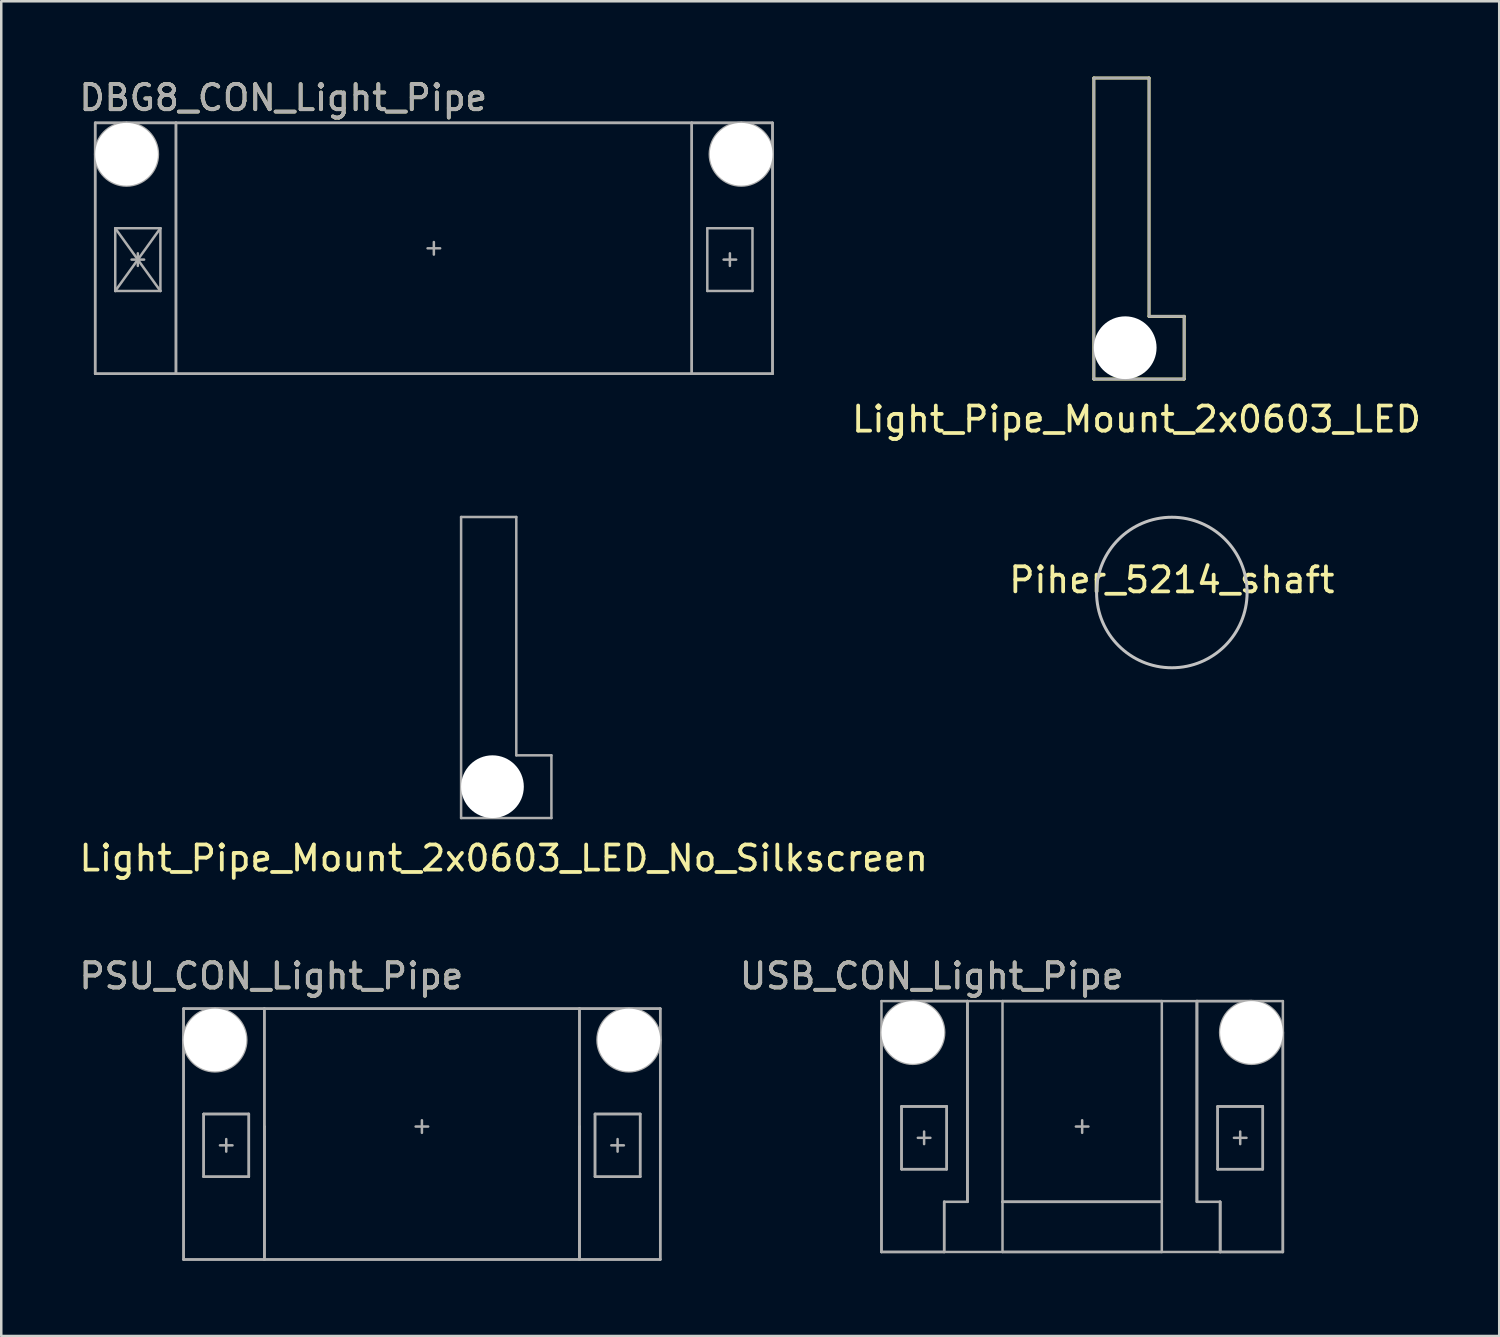
<source format=kicad_pcb>
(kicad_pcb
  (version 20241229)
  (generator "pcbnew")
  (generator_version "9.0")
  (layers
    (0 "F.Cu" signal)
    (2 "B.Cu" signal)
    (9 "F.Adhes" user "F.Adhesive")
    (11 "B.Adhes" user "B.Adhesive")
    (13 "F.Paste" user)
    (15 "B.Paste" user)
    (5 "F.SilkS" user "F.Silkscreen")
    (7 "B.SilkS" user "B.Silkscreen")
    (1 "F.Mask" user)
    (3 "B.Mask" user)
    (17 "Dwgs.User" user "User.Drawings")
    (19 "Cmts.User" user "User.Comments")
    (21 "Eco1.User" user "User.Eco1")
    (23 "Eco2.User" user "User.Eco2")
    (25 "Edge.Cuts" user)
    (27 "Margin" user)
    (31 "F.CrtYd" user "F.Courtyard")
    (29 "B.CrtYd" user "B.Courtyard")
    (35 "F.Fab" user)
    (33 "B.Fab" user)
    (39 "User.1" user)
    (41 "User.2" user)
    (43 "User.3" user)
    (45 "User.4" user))
  (footprint "Piher_5214_shaft"
    (layer "F.Cu")
    (at 43.661 20.568)
    (property "Reference" "Piher_5214_shaft" (at 0 -0.5 0) (unlocked yes) (layer "F.SilkS") (effects (font (size 1 1) (thickness 0.15))))
    (fp_circle (center 0 0) (end 3 0) (stroke (width 0.12) (type default)) (fill no) (layer "Dwgs.User")))
  (footprint "PSU_CON_Light_Pipe"
    (layer "F.Cu")
    (at 13.768 41.855)
    (property "Reference" "PSU_CON_Light_Pipe" (at -6 -6 0) (unlocked yes) (layer "F.SilkS") (effects (font (size 1 1) (thickness 0.15))))
    (attr through_hole)
    (fp_line (start -9.5 -4.7) (end -8.25 -4.7) (stroke (width 0.1) (type solid)) (layer "F.Fab"))
    (fp_line (start -9.5 -4.7) (end 9.5 -4.7) (stroke (width 0.1) (type solid)) (layer "F.Fab"))
    (fp_line (start -9.5 -3.45) (end -9.5 -4.7) (stroke (width 0.1) (type solid)) (layer "F.Fab"))
    (fp_line (start -9.5 5.3) (end -9.5 -4.7) (stroke (width 0.1) (type solid)) (layer "F.Fab"))
    (fp_line (start -9.5 5.3) (end -9.5 -3.45) (stroke (width 0.1) (type solid)) (layer "F.Fab"))
    (fp_line (start -8.7 -0.5) (end -8.7 2) (stroke (width 0.1) (type solid)) (layer "F.Fab"))
    (fp_line (start -8.7 -0.5) (end -8.7 2) (stroke (width 0.1) (type solid)) (layer "F.Fab"))
    (fp_line (start -8.7 2) (end -6.9 2) (stroke (width 0.1) (type solid)) (layer "F.Fab"))
    (fp_line (start -8.7 2) (end -6.9 2) (stroke (width 0.1) (type solid)) (layer "F.Fab"))
    (fp_line (start -8.25 -4.7) (end -6.28 -4.7) (stroke (width 0.1) (type solid)) (layer "F.Fab"))
    (fp_line (start -8.05 0.75) (end -7.55 0.75) (stroke (width 0.1) (type solid)) (layer "F.Fab"))
    (fp_line (start -7.8 0.5) (end -7.8 1) (stroke (width 0.1) (type solid)) (layer "F.Fab"))
    (fp_line (start -6.9 -0.5) (end -8.7 -0.5) (stroke (width 0.1) (type solid)) (layer "F.Fab"))
    (fp_line (start -6.9 -0.5) (end -8.7 -0.5) (stroke (width 0.1) (type solid)) (layer "F.Fab"))
    (fp_line (start -6.9 2) (end -6.9 -0.5) (stroke (width 0.1) (type solid)) (layer "F.Fab"))
    (fp_line (start -6.9 2) (end -6.9 -0.5) (stroke (width 0.1) (type solid)) (layer "F.Fab"))
    (fp_line (start -6.28 -4.7) (end -6.28 0) (stroke (width 0.1) (type solid)) (layer "F.Fab"))
    (fp_line (start -6.28 -4.7) (end -6.28 5.3) (stroke (width 0.1) (type solid)) (layer "F.Fab"))
    (fp_line (start -6.28 0) (end -6.28 5.3) (stroke (width 0.1) (type solid)) (layer "F.Fab"))
    (fp_line (start -6.28 0) (end -6.28 5.3) (stroke (width 0.1) (type solid)) (layer "F.Fab"))
    (fp_line (start -6.28 5.3) (end -9.5 5.3) (stroke (width 0.1) (type solid)) (layer "F.Fab"))
    (fp_line (start -0.25 0) (end 0.25 0) (stroke (width 0.1) (type solid)) (layer "F.Fab"))
    (fp_line (start 0 -0.25) (end 0 0.25) (stroke (width 0.1) (type solid)) (layer "F.Fab"))
    (fp_line (start 6.28 -4.7) (end -6.28 -4.7) (stroke (width 0.1) (type solid)) (layer "F.Fab"))
    (fp_line (start 6.28 -4.7) (end 6.28 0) (stroke (width 0.1) (type solid)) (layer "F.Fab"))
    (fp_line (start 6.28 -4.7) (end 6.28 5.3) (stroke (width 0.1) (type solid)) (layer "F.Fab"))
    (fp_line (start 6.28 -4.7) (end 8.25 -4.7) (stroke (width 0.1) (type solid)) (layer "F.Fab"))
    (fp_line (start 6.28 0) (end 6.28 5.3) (stroke (width 0.1) (type solid)) (layer "F.Fab"))
    (fp_line (start 6.28 0) (end 6.28 5.3) (stroke (width 0.1) (type solid)) (layer "F.Fab"))
    (fp_line (start 6.28 5.3) (end -6.28 5.3) (stroke (width 0.1) (type solid)) (layer "F.Fab"))
    (fp_line (start 6.9 -0.5) (end 8.7 -0.5) (stroke (width 0.1) (type solid)) (layer "F.Fab"))
    (fp_line (start 6.9 -0.5) (end 8.7 -0.5) (stroke (width 0.1) (type solid)) (layer "F.Fab"))
    (fp_line (start 6.9 2) (end 6.9 -0.5) (stroke (width 0.1) (type solid)) (layer "F.Fab"))
    (fp_line (start 6.9 2) (end 6.9 -0.5) (stroke (width 0.1) (type solid)) (layer "F.Fab"))
    (fp_line (start 7.55 0.75) (end 8.05 0.75) (stroke (width 0.1) (type solid)) (layer "F.Fab"))
    (fp_line (start 7.8 0.5) (end 7.8 1) (stroke (width 0.1) (type solid)) (layer "F.Fab"))
    (fp_line (start 8.25 -4.7) (end 9.5 -4.7) (stroke (width 0.1) (type solid)) (layer "F.Fab"))
    (fp_line (start 8.7 -0.5) (end 8.7 2) (stroke (width 0.1) (type solid)) (layer "F.Fab"))
    (fp_line (start 8.7 -0.5) (end 8.7 2) (stroke (width 0.1) (type solid)) (layer "F.Fab"))
    (fp_line (start 8.7 2) (end 6.9 2) (stroke (width 0.1) (type solid)) (layer "F.Fab"))
    (fp_line (start 8.7 2) (end 6.9 2) (stroke (width 0.1) (type solid)) (layer "F.Fab"))
    (fp_line (start 9.5 -4.7) (end 9.5 -3.45) (stroke (width 0.1) (type solid)) (layer "F.Fab"))
    (fp_line (start 9.5 -4.7) (end 9.5 5.3) (stroke (width 0.1) (type solid)) (layer "F.Fab"))
    (fp_line (start 9.5 -3.45) (end 9.5 5.3) (stroke (width 0.1) (type solid)) (layer "F.Fab"))
    (fp_line (start 9.5 5.3) (end -9.5 5.3) (stroke (width 0.1) (type solid)) (layer "F.Fab"))
    (fp_line (start 9.5 5.3) (end 6.28 5.3) (stroke (width 0.1) (type solid)) (layer "F.Fab"))
    (fp_circle (center -8.25 -3.45) (end -9.5 -3.45) (stroke (width 0.1) (type solid)) (fill no) (layer "F.Fab"))
    (fp_circle (center 8.25 -3.45) (end 7 -3.45) (stroke (width 0.1) (type solid)) (fill no) (layer "F.Fab"))
    (fp_text user "${REFERENCE}" (at -6 -6 0) (unlocked yes) (layer "F.Fab") (effects (font (size 1 1) (thickness 0.15))))
    (pad "" np_thru_hole circle (at -8.25 -3.45 90) (size 2.5 2.5) (drill 2.5) (layers "*.Cu" "*.Mask"))
    (pad "" np_thru_hole circle (at 8.25 -3.45 90) (size 2.5 2.5) (drill 2.5) (layers "*.Cu" "*.Mask")))
  (footprint "Light_Pipe_Mount_2x0603_LED"
    (layer "F.Cu")
    (at 42.252 6.06)
    (property "Reference" "Light_Pipe_Mount_2x0603_LED" (at 0 7.6 0) (layer "F.SilkS") (effects (font (size 1 1) (thickness 0.15))))
    (attr through_hole)
    (fp_line (start -1.7 -6) (end 0.5 -6) (stroke (width 0.12) (type solid)) (layer "F.SilkS"))
    (fp_line (start -1.7 6) (end -1.7 -6) (stroke (width 0.12) (type solid)) (layer "F.SilkS"))
    (fp_line (start 0.5 -6) (end 0.5 3.5) (stroke (width 0.12) (type solid)) (layer "F.SilkS"))
    (fp_line (start 0.5 3.5) (end 1.9 3.5) (stroke (width 0.12) (type solid)) (layer "F.SilkS"))
    (fp_line (start 1.9 3.5) (end 1.9 6) (stroke (width 0.12) (type solid)) (layer "F.SilkS"))
    (fp_line (start 1.9 6) (end -1.7 6) (stroke (width 0.12) (type solid)) (layer "F.SilkS"))
    (fp_line (start -1.7 -6) (end 0.5 -6) (stroke (width 0.1) (type solid)) (layer "F.Fab"))
    (fp_line (start -1.7 6) (end -1.7 -6) (stroke (width 0.1) (type solid)) (layer "F.Fab"))
    (fp_line (start 0.5 -6) (end 0.5 3.5) (stroke (width 0.1) (type solid)) (layer "F.Fab"))
    (fp_line (start 0.5 3.5) (end 1.9 3.5) (stroke (width 0.1) (type solid)) (layer "F.Fab"))
    (fp_line (start 1.9 3.5) (end 1.9 6) (stroke (width 0.1) (type solid)) (layer "F.Fab"))
    (fp_line (start 1.9 6) (end -1.7 6) (stroke (width 0.1) (type solid)) (layer "F.Fab"))
    (pad "" np_thru_hole circle (at -0.45 4.75) (size 2.5 2.5) (drill 2.5) (layers "*.Cu" "*.Mask")))
  (footprint "USB_CON_Light_Pipe"
    (layer "F.Cu")
    (at 40.086 41.855)
    (property "Reference" "USB_CON_Light_Pipe" (at -6 -6 0) (unlocked yes) (layer "F.SilkS") (effects (font (size 1 1) (thickness 0.15))))
    (attr through_hole)
    (fp_line (start -8 -5) (end 8 -5) (stroke (width 0.1) (type solid)) (layer "F.Fab"))
    (fp_line (start -8 5) (end -8 -5) (stroke (width 0.1) (type solid)) (layer "F.Fab"))
    (fp_line (start -8 5) (end -8 -3.75) (stroke (width 0.1) (type solid)) (layer "F.Fab"))
    (fp_line (start -7.2 -0.8) (end -7.2 1.7) (stroke (width 0.1) (type solid)) (layer "F.Fab"))
    (fp_line (start -7.2 -0.8) (end -7.2 1.7) (stroke (width 0.1) (type solid)) (layer "F.Fab"))
    (fp_line (start -7.2 1.7) (end -5.4 1.7) (stroke (width 0.1) (type solid)) (layer "F.Fab"))
    (fp_line (start -7.2 1.7) (end -5.4 1.7) (stroke (width 0.1) (type solid)) (layer "F.Fab"))
    (fp_line (start -6.75 -5) (end -4.575 -5) (stroke (width 0.1) (type solid)) (layer "F.Fab"))
    (fp_line (start -6.55 0.45) (end -6.05 0.45) (stroke (width 0.1) (type solid)) (layer "F.Fab"))
    (fp_line (start -6.3 0.2) (end -6.3 0.7) (stroke (width 0.1) (type solid)) (layer "F.Fab"))
    (fp_line (start -5.5 3) (end -4.575 3) (stroke (width 0.1) (type solid)) (layer "F.Fab"))
    (fp_line (start -5.5 5) (end -8 5) (stroke (width 0.1) (type solid)) (layer "F.Fab"))
    (fp_line (start -5.5 5) (end -5.5 3) (stroke (width 0.1) (type solid)) (layer "F.Fab"))
    (fp_line (start -5.5 5) (end -5.5 3) (stroke (width 0.1) (type solid)) (layer "F.Fab"))
    (fp_line (start -5.4 -0.8) (end -7.2 -0.8) (stroke (width 0.1) (type solid)) (layer "F.Fab"))
    (fp_line (start -5.4 -0.8) (end -7.2 -0.8) (stroke (width 0.1) (type solid)) (layer "F.Fab"))
    (fp_line (start -5.4 1.7) (end -5.4 -0.8) (stroke (width 0.1) (type solid)) (layer "F.Fab"))
    (fp_line (start -5.4 1.7) (end -5.4 -0.8) (stroke (width 0.1) (type solid)) (layer "F.Fab"))
    (fp_line (start -4.575 -5) (end -4.575 3) (stroke (width 0.1) (type solid)) (layer "F.Fab"))
    (fp_line (start -4.575 -5) (end -4.575 3) (stroke (width 0.1) (type solid)) (layer "F.Fab"))
    (fp_line (start -4.575 -5) (end -4.575 3) (stroke (width 0.1) (type solid)) (layer "F.Fab"))
    (fp_line (start -3.175 -5) (end -3.175 3) (stroke (width 0.1) (type solid)) (layer "F.Fab"))
    (fp_line (start -3.175 3) (end 3.175 3) (stroke (width 0.1) (type solid)) (layer "F.Fab"))
    (fp_line (start -3.175 3) (end 3.175 3) (stroke (width 0.1) (type solid)) (layer "F.Fab"))
    (fp_line (start -3.175 5) (end -3.175 3) (stroke (width 0.1) (type solid)) (layer "F.Fab"))
    (fp_line (start -3.175 5) (end 3.175 5) (stroke (width 0.1) (type solid)) (layer "F.Fab"))
    (fp_line (start -0.25 0) (end 0.25 0) (stroke (width 0.1) (type solid)) (layer "F.Fab"))
    (fp_line (start 0 -0.25) (end 0 0.25) (stroke (width 0.1) (type solid)) (layer "F.Fab"))
    (fp_line (start 3.175 -5) (end -3.175 -5) (stroke (width 0.1) (type solid)) (layer "F.Fab"))
    (fp_line (start 3.175 -5) (end 3.175 3) (stroke (width 0.1) (type solid)) (layer "F.Fab"))
    (fp_line (start 3.175 5) (end 3.175 3) (stroke (width 0.1) (type solid)) (layer "F.Fab"))
    (fp_line (start 4.575 -5) (end 4.575 3) (stroke (width 0.1) (type solid)) (layer "F.Fab"))
    (fp_line (start 4.575 -5) (end 4.575 3) (stroke (width 0.1) (type solid)) (layer "F.Fab"))
    (fp_line (start 4.575 -5) (end 4.575 3) (stroke (width 0.1) (type solid)) (layer "F.Fab"))
    (fp_line (start 4.575 -5) (end 6.75 -5) (stroke (width 0.1) (type solid)) (layer "F.Fab"))
    (fp_line (start 4.575 3) (end 5.5 3) (stroke (width 0.1) (type solid)) (layer "F.Fab"))
    (fp_line (start 5.4 -0.8) (end 7.2 -0.8) (stroke (width 0.1) (type solid)) (layer "F.Fab"))
    (fp_line (start 5.4 -0.8) (end 7.2 -0.8) (stroke (width 0.1) (type solid)) (layer "F.Fab"))
    (fp_line (start 5.4 1.7) (end 5.4 -0.8) (stroke (width 0.1) (type solid)) (layer "F.Fab"))
    (fp_line (start 5.4 1.7) (end 5.4 -0.8) (stroke (width 0.1) (type solid)) (layer "F.Fab"))
    (fp_line (start 5.5 3) (end 5.5 5) (stroke (width 0.1) (type solid)) (layer "F.Fab"))
    (fp_line (start 5.5 5) (end 5.5 3) (stroke (width 0.1) (type solid)) (layer "F.Fab"))
    (fp_line (start 5.5 5) (end 5.5 3) (stroke (width 0.1) (type solid)) (layer "F.Fab"))
    (fp_line (start 6.05 0.45) (end 6.55 0.45) (stroke (width 0.1) (type solid)) (layer "F.Fab"))
    (fp_line (start 6.3 0.2) (end 6.3 0.7) (stroke (width 0.1) (type solid)) (layer "F.Fab"))
    (fp_line (start 7.2 -0.8) (end 7.2 1.7) (stroke (width 0.1) (type solid)) (layer "F.Fab"))
    (fp_line (start 7.2 -0.8) (end 7.2 1.7) (stroke (width 0.1) (type solid)) (layer "F.Fab"))
    (fp_line (start 7.2 1.7) (end 5.4 1.7) (stroke (width 0.1) (type solid)) (layer "F.Fab"))
    (fp_line (start 7.2 1.7) (end 5.4 1.7) (stroke (width 0.1) (type solid)) (layer "F.Fab"))
    (fp_line (start 8 -5) (end 8 5) (stroke (width 0.1) (type solid)) (layer "F.Fab"))
    (fp_line (start 8 -3.75) (end 8 5) (stroke (width 0.1) (type solid)) (layer "F.Fab"))
    (fp_line (start 8 5) (end -8 5) (stroke (width 0.1) (type solid)) (layer "F.Fab"))
    (fp_line (start 8 5) (end 5.5 5) (stroke (width 0.1) (type solid)) (layer "F.Fab"))
    (fp_circle (center -6.75 -3.75) (end -6.75 -5) (stroke (width 0.1) (type solid)) (fill no) (layer "F.Fab"))
    (fp_circle (center 6.75 -3.75) (end 6.75 -5) (stroke (width 0.1) (type solid)) (fill no) (layer "F.Fab"))
    (fp_text user "${REFERENCE}" (at -6 -6 0) (unlocked yes) (layer "F.Fab") (effects (font (size 1 1) (thickness 0.15))))
    (pad "" np_thru_hole circle (at -6.75 -3.75 90) (size 2.5 2.5) (drill 2.5) (layers "*.Cu" "*.Mask"))
    (pad "" np_thru_hole circle (at 6.75 -3.75 90) (size 2.5 2.5) (drill 2.5) (layers "*.Cu" "*.Mask")))
  (footprint "Light_Pipe_Mount_2x0603_LED_No_Silkscreen"
    (layer "F.Cu")
    (at 17.03 23.558)
    (property "Reference" "Light_Pipe_Mount_2x0603_LED_No_Silkscreen" (at 0 7.6 0) (layer "F.SilkS") (effects (font (size 1 1) (thickness 0.15))))
    (attr through_hole)
    (fp_line (start -1.7 -6) (end 0.5 -6) (stroke (width 0.1) (type solid)) (layer "F.Fab"))
    (fp_line (start -1.7 6) (end -1.7 -6) (stroke (width 0.1) (type solid)) (layer "F.Fab"))
    (fp_line (start 0.5 -6) (end 0.5 3.5) (stroke (width 0.1) (type solid)) (layer "F.Fab"))
    (fp_line (start 0.5 3.5) (end 1.9 3.5) (stroke (width 0.1) (type solid)) (layer "F.Fab"))
    (fp_line (start 1.9 3.5) (end 1.9 6) (stroke (width 0.1) (type solid)) (layer "F.Fab"))
    (fp_line (start 1.9 6) (end -1.7 6) (stroke (width 0.1) (type solid)) (layer "F.Fab"))
    (pad "" np_thru_hole circle (at -0.45 4.75) (size 2.5 2.5) (drill 2.5) (layers "*.Cu" "*.Mask")))
  (footprint "DBG8_CON_Light_Pipe"
    (layer "F.Cu")
    (at 14.244 6.848)
    (property "Reference" "DBG8_CON_Light_Pipe" (at -6 -6 0) (unlocked yes) (layer "F.SilkS") (effects (font (size 1 1) (thickness 0.15))))
    (attr through_hole)
    (fp_line (start -13.5 -5) (end -12.25 -5) (stroke (width 0.1) (type solid)) (layer "F.Fab"))
    (fp_line (start -13.5 -5) (end 13.5 -5) (stroke (width 0.1) (type solid)) (layer "F.Fab"))
    (fp_line (start -13.5 -3.75) (end -13.5 -5) (stroke (width 0.1) (type solid)) (layer "F.Fab"))
    (fp_line (start -13.5 5) (end -13.5 -5) (stroke (width 0.1) (type solid)) (layer "F.Fab"))
    (fp_line (start -13.5 5) (end -13.5 -3.75) (stroke (width 0.1) (type solid)) (layer "F.Fab"))
    (fp_line (start -12.7 -0.8) (end -12.7 1.7) (stroke (width 0.1) (type solid)) (layer "F.Fab"))
    (fp_line (start -12.7 -0.8) (end -10.9 1.7) (stroke (width 0.1) (type solid)) (layer "F.Fab"))
    (fp_line (start -12.7 1.7) (end -10.9 -0.8) (stroke (width 0.1) (type solid)) (layer "F.Fab"))
    (fp_line (start -12.7 1.7) (end -10.9 1.7) (stroke (width 0.1) (type solid)) (layer "F.Fab"))
    (fp_line (start -12.25 -5) (end -10.28 -5) (stroke (width 0.1) (type solid)) (layer "F.Fab"))
    (fp_line (start -12.05 0.45) (end -11.55 0.45) (stroke (width 0.1) (type solid)) (layer "F.Fab"))
    (fp_line (start -11.8 0.2) (end -11.8 0.7) (stroke (width 0.1) (type solid)) (layer "F.Fab"))
    (fp_line (start -10.9 -0.8) (end -12.7 -0.8) (stroke (width 0.1) (type solid)) (layer "F.Fab"))
    (fp_line (start -10.9 1.7) (end -10.9 -0.8) (stroke (width 0.1) (type solid)) (layer "F.Fab"))
    (fp_line (start -10.28 -5) (end -10.28 5) (stroke (width 0.1) (type solid)) (layer "F.Fab"))
    (fp_line (start -10.28 -5) (end -10.28 5) (stroke (width 0.1) (type solid)) (layer "F.Fab"))
    (fp_line (start -10.28 -5) (end 10.28 -5) (stroke (width 0.1) (type solid)) (layer "F.Fab"))
    (fp_line (start -10.28 5) (end -13.5 5) (stroke (width 0.1) (type solid)) (layer "F.Fab"))
    (fp_line (start -0.25 0) (end 0.25 0) (stroke (width 0.1) (type solid)) (layer "F.Fab"))
    (fp_line (start 0 -0.25) (end 0 0.25) (stroke (width 0.1) (type solid)) (layer "F.Fab"))
    (fp_line (start 10.28 -5) (end 10.28 5) (stroke (width 0.1) (type solid)) (layer "F.Fab"))
    (fp_line (start 10.28 -5) (end 10.28 5) (stroke (width 0.1) (type solid)) (layer "F.Fab"))
    (fp_line (start 10.28 -5) (end 12.25 -5) (stroke (width 0.1) (type solid)) (layer "F.Fab"))
    (fp_line (start 10.28 5) (end -10.28 5) (stroke (width 0.1) (type solid)) (layer "F.Fab"))
    (fp_line (start 10.9 -0.8) (end 12.7 -0.8) (stroke (width 0.1) (type solid)) (layer "F.Fab"))
    (fp_line (start 10.9 1.7) (end 10.9 -0.8) (stroke (width 0.1) (type solid)) (layer "F.Fab"))
    (fp_line (start 11.55 0.45) (end 12.05 0.45) (stroke (width 0.1) (type solid)) (layer "F.Fab"))
    (fp_line (start 11.8 0.2) (end 11.8 0.7) (stroke (width 0.1) (type solid)) (layer "F.Fab"))
    (fp_line (start 12.25 -5) (end 13.5 -5) (stroke (width 0.1) (type solid)) (layer "F.Fab"))
    (fp_line (start 12.7 -0.8) (end 12.7 1.7) (stroke (width 0.1) (type solid)) (layer "F.Fab"))
    (fp_line (start 12.7 1.7) (end 10.9 1.7) (stroke (width 0.1) (type solid)) (layer "F.Fab"))
    (fp_line (start 13.5 -5) (end 13.5 -3.75) (stroke (width 0.1) (type solid)) (layer "F.Fab"))
    (fp_line (start 13.5 -5) (end 13.5 5) (stroke (width 0.1) (type solid)) (layer "F.Fab"))
    (fp_line (start 13.5 -3.75) (end 13.5 5) (stroke (width 0.1) (type solid)) (layer "F.Fab"))
    (fp_line (start 13.5 5) (end -13.5 5) (stroke (width 0.1) (type solid)) (layer "F.Fab"))
    (fp_line (start 13.5 5) (end 10.28 5) (stroke (width 0.1) (type solid)) (layer "F.Fab"))
    (fp_circle (center -12.25 -3.75) (end -12.25 -5) (stroke (width 0.1) (type solid)) (fill no) (layer "F.Fab"))
    (fp_circle (center 12.25 -3.75) (end 12.25 -5) (stroke (width 0.1) (type solid)) (fill no) (layer "F.Fab"))
    (fp_text user "${REFERENCE}" (at -6 -6 0) (unlocked yes) (layer "F.Fab") (effects (font (size 1 1) (thickness 0.15))))
    (pad "" np_thru_hole circle (at -12.25 -3.75 90) (size 2.5 2.5) (drill 2.5) (layers "*.Cu" "*.Mask"))
    (pad "" np_thru_hole circle (at 12.25 -3.75 90) (size 2.5 2.5) (drill 2.5) (layers "*.Cu" "*.Mask")))
  (gr_rect
    (start -3 -3)
    (end 56.711 50.205)
    (stroke (width 0.1) (type default))
    (fill no)
    (layer "Edge.Cuts")))
</source>
